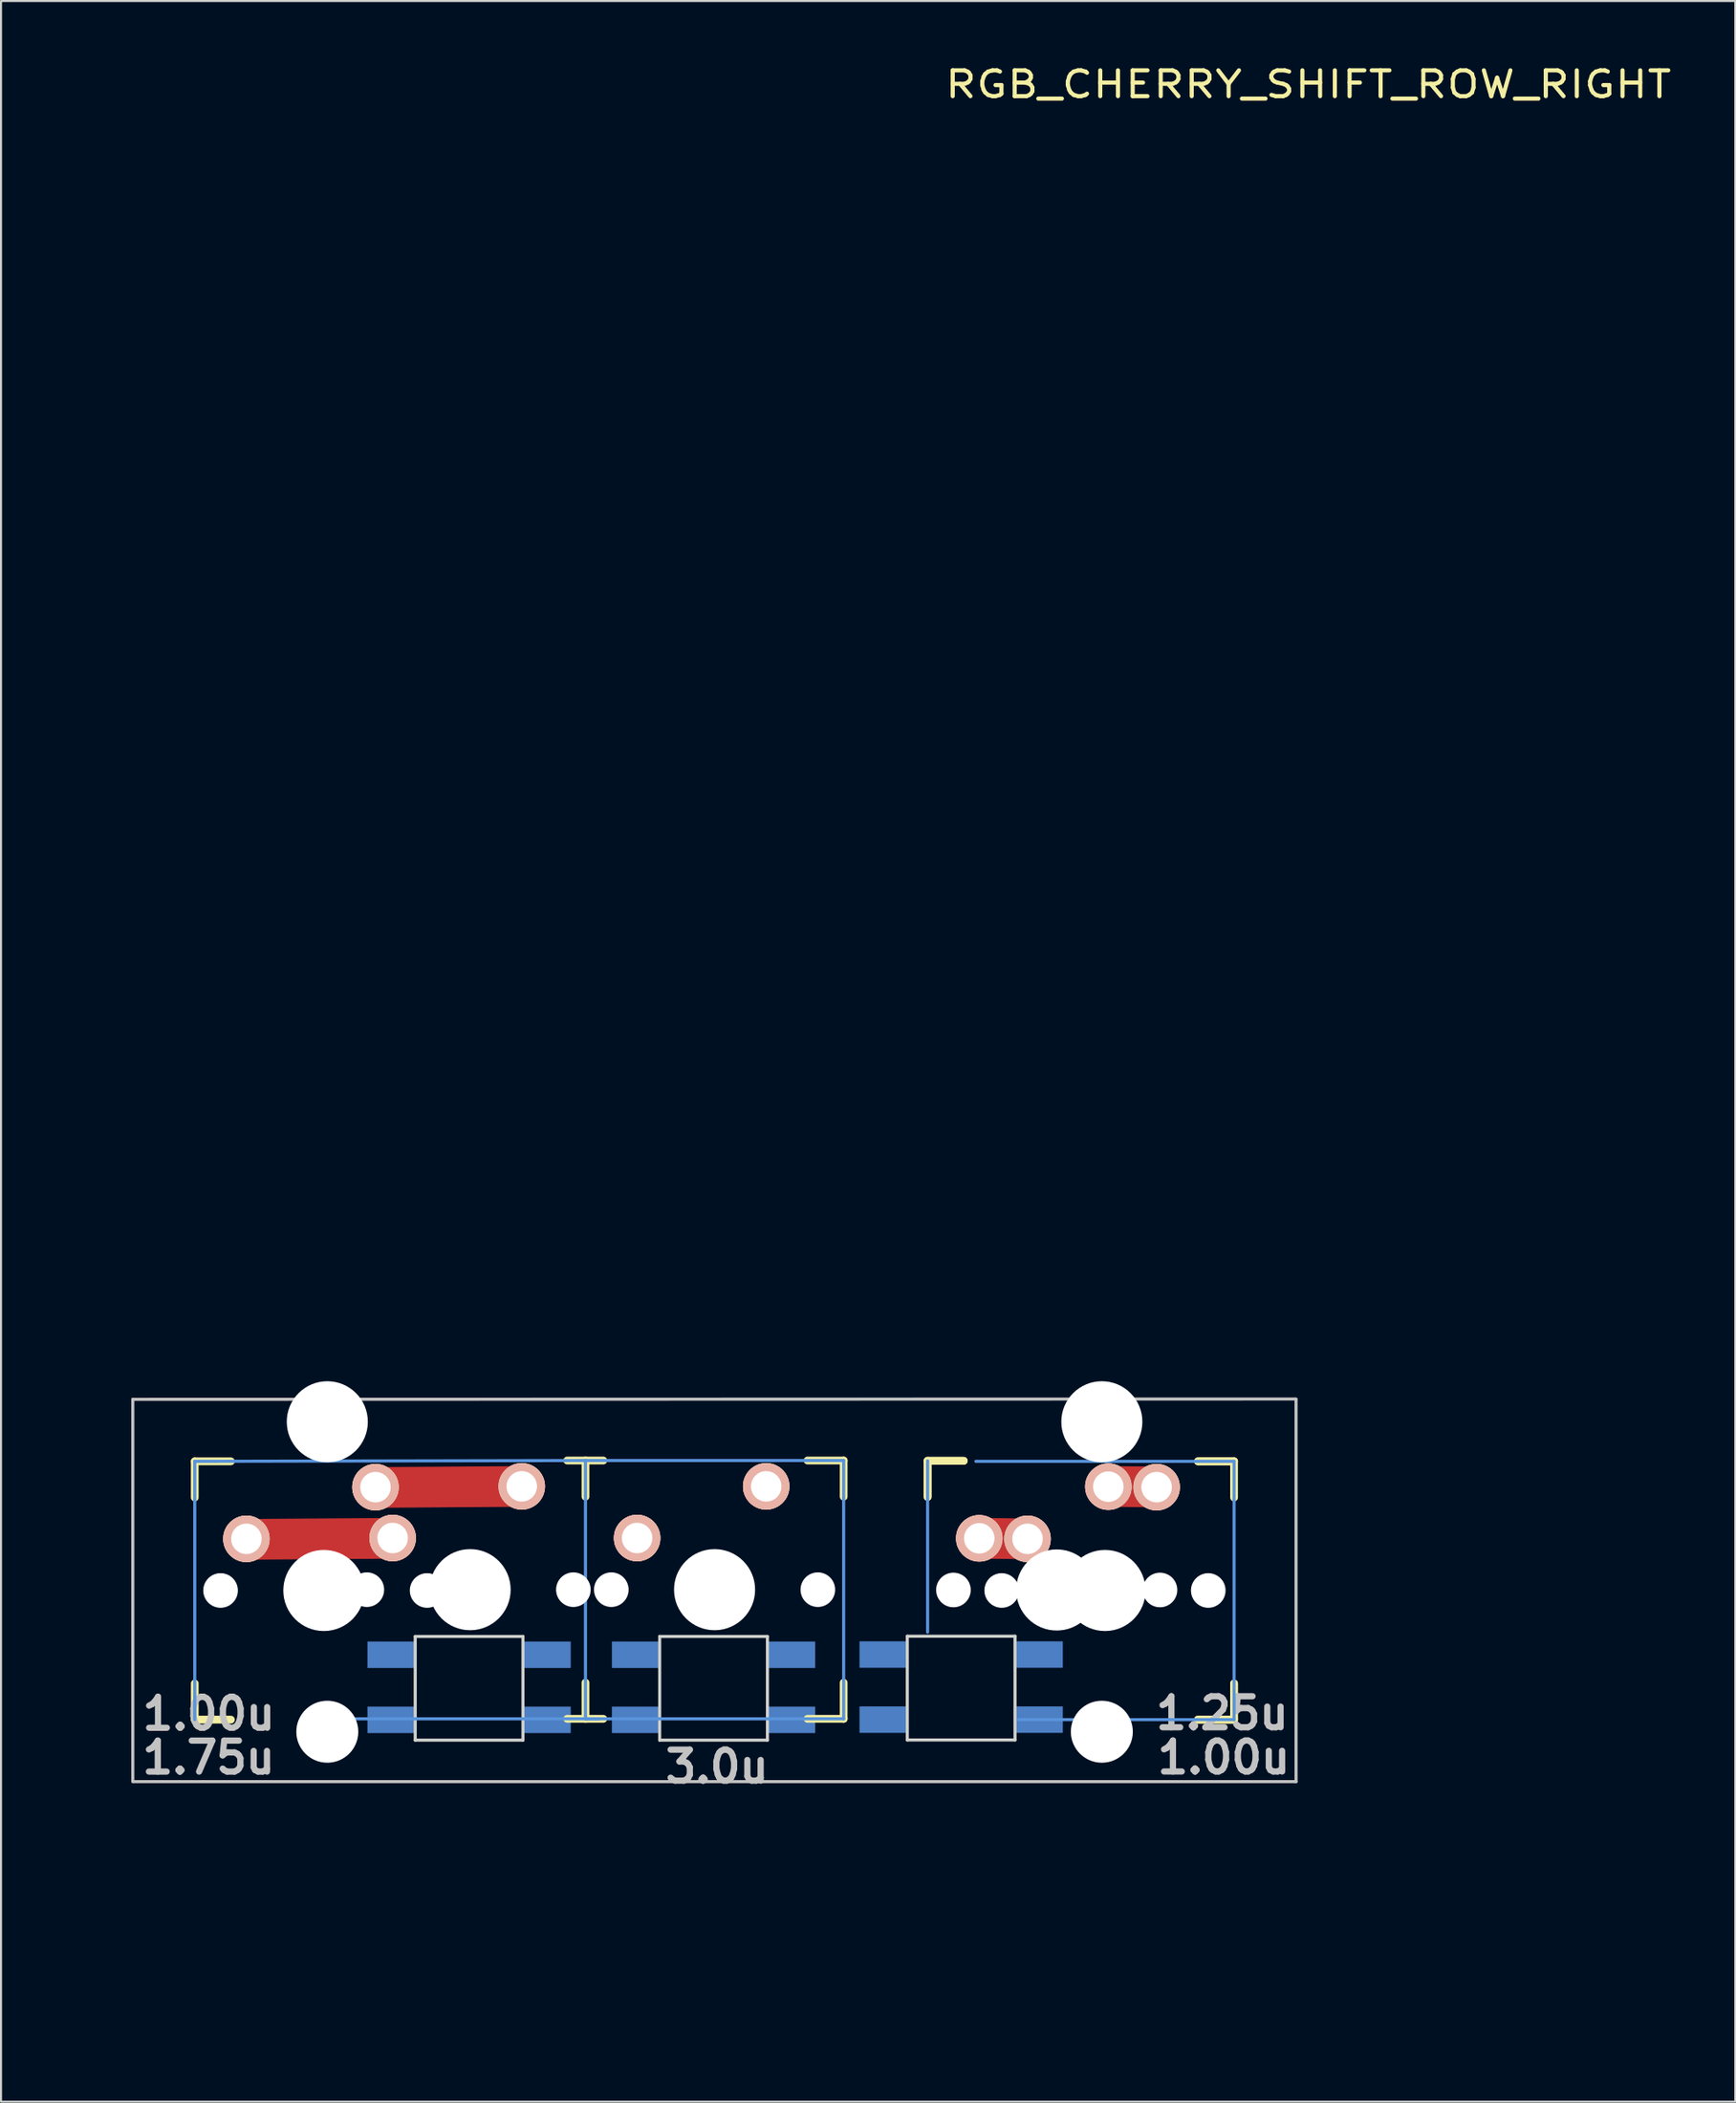
<source format=kicad_pcb>
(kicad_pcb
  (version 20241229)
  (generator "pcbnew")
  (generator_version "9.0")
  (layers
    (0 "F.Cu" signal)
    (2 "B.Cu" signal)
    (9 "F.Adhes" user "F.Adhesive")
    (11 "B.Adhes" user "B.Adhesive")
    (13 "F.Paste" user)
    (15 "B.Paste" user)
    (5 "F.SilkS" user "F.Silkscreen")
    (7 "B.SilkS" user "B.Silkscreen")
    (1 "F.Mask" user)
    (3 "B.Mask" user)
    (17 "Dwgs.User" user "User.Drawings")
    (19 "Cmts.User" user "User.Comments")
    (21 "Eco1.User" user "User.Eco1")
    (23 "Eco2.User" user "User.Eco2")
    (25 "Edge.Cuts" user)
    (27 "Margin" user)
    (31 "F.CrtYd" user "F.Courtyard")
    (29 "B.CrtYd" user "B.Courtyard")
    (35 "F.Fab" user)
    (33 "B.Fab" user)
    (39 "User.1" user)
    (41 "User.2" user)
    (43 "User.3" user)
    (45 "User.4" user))
  (footprint "RGB_CHERRY_SHIFT_ROW_RIGHT"
    (layer "F.Cu")
    (at 0.25 97.035)
    (property "Reference" "RGB_CHERRY_SHIFT_ROW_RIGHT" (at 61.055 -95.935 0) (layer "F.SilkS") (effects (font (size 1.27 1.524) (thickness 0.203))))
    (attr through_hole)
    (fp_line (start 8.825 -24.4) (end 16 -24.45) (stroke (width 2) (type solid)) (layer "F.Cu"))
    (fp_line (start 15.2 -26.95) (end 22.325 -27) (stroke (width 2) (type solid)) (layer "F.Cu"))
    (fp_line (start 44.875 -24.45) (end 47.275 -24.425) (stroke (width 2) (type solid)) (layer "F.Cu"))
    (fp_line (start 51.225 -27) (end 53.575 -26.975) (stroke (width 2) (type solid)) (layer "F.Cu"))
    (fp_line (start 6.28 -28.235) (end 8.058 -28.235) (stroke (width 0.381) (type solid)) (layer "F.SilkS"))
    (fp_line (start 6.28 -26.457) (end 6.28 -28.235) (stroke (width 0.381) (type solid)) (layer "F.SilkS"))
    (fp_line (start 6.28 -15.535) (end 6.28 -17.313) (stroke (width 0.381) (type solid)) (layer "F.SilkS"))
    (fp_line (start 8.058 -15.535) (end 6.28 -15.535) (stroke (width 0.381) (type solid)) (layer "F.SilkS"))
    (fp_line (start 24.6 -28.275) (end 26.378 -28.275) (stroke (width 0.381) (type solid)) (layer "F.SilkS"))
    (fp_line (start 25.5 -26.497) (end 25.5 -28.275) (stroke (width 0.381) (type solid)) (layer "F.SilkS"))
    (fp_line (start 25.5 -15.575) (end 25.5 -17.353) (stroke (width 0.381) (type solid)) (layer "F.SilkS"))
    (fp_line (start 26.378 -15.575) (end 24.6 -15.575) (stroke (width 0.381) (type solid)) (layer "F.SilkS"))
    (fp_line (start 36.422 -28.275) (end 38.2 -28.275) (stroke (width 0.381) (type solid)) (layer "F.SilkS"))
    (fp_line (start 38.2 -28.275) (end 38.2 -26.497) (stroke (width 0.381) (type solid)) (layer "F.SilkS"))
    (fp_line (start 38.2 -17.353) (end 38.2 -15.575) (stroke (width 0.381) (type solid)) (layer "F.SilkS"))
    (fp_line (start 38.2 -15.575) (end 36.422 -15.575) (stroke (width 0.381) (type solid)) (layer "F.SilkS"))
    (fp_line (start 42.33 -28.26) (end 44.108 -28.26) (stroke (width 0.381) (type solid)) (layer "F.SilkS"))
    (fp_line (start 42.33 -28.26) (end 44.108 -28.26) (stroke (width 0.381) (type solid)) (layer "F.SilkS"))
    (fp_line (start 42.33 -26.482) (end 42.33 -28.26) (stroke (width 0.381) (type solid)) (layer "F.SilkS"))
    (fp_line (start 42.33 -26.482) (end 42.33 -28.26) (stroke (width 0.381) (type solid)) (layer "F.SilkS"))
    (fp_line (start 55.627 -28.235) (end 57.405 -28.235) (stroke (width 0.381) (type solid)) (layer "F.SilkS"))
    (fp_line (start 55.627 -28.235) (end 57.405 -28.235) (stroke (width 0.381) (type solid)) (layer "F.SilkS"))
    (fp_line (start 57.405 -28.235) (end 57.405 -26.457) (stroke (width 0.381) (type solid)) (layer "F.SilkS"))
    (fp_line (start 57.405 -17.313) (end 57.405 -15.535) (stroke (width 0.381) (type solid)) (layer "F.SilkS"))
    (fp_line (start 57.405 -17.313) (end 57.405 -15.535) (stroke (width 0.381) (type solid)) (layer "F.SilkS"))
    (fp_line (start 57.405 -15.535) (end 55.627 -15.535) (stroke (width 0.381) (type solid)) (layer "F.SilkS"))
    (fp_line (start 57.405 -15.535) (end 55.627 -15.535) (stroke (width 0.381) (type solid)) (layer "F.SilkS"))
    (fp_line (start 3.232 -31.283) (end 60.45 -31.3) (stroke (width 0.152) (type solid)) (layer "Dwgs.User"))
    (fp_line (start 3.232 -12.487) (end 3.232 -31.283) (stroke (width 0.152) (type solid)) (layer "Dwgs.User"))
    (fp_line (start 60.453 -31.283) (end 60.453 -12.487) (stroke (width 0.152) (type solid)) (layer "Dwgs.User"))
    (fp_line (start 60.453 -12.487) (end 3.28 -12.487) (stroke (width 0.152) (type solid)) (layer "Dwgs.User"))
    (fp_line (start 6.28 -28.235) (end 25.5 -28.275) (stroke (width 0.152) (type solid)) (layer "Cmts.User"))
    (fp_line (start 6.28 -15.535) (end 6.28 -28.235) (stroke (width 0.152) (type solid)) (layer "Cmts.User"))
    (fp_line (start 25.5 -28.275) (end 38.2 -28.275) (stroke (width 0.152) (type solid)) (layer "Cmts.User"))
    (fp_line (start 25.5 -15.575) (end 25.5 -28.275) (stroke (width 0.152) (type solid)) (layer "Cmts.User"))
    (fp_line (start 26.175 -15.575) (end 13.475 -15.575) (stroke (width 0.152) (type solid)) (layer "Cmts.User"))
    (fp_line (start 38.2 -28.275) (end 38.2 -15.575) (stroke (width 0.152) (type solid)) (layer "Cmts.User"))
    (fp_line (start 38.2 -15.575) (end 25.5 -15.575) (stroke (width 0.152) (type solid)) (layer "Cmts.User"))
    (fp_line (start 42.33 -19.837) (end 42.33 -28.26) (stroke (width 0.152) (type solid)) (layer "Cmts.User"))
    (fp_line (start 44.705 -28.235) (end 57.405 -28.235) (stroke (width 0.152) (type solid)) (layer "Cmts.User"))
    (fp_line (start 57.405 -28.235) (end 57.405 -15.535) (stroke (width 0.152) (type solid)) (layer "Cmts.User"))
    (fp_line (start 57.405 -15.535) (end 46.773 -15.535) (stroke (width 0.152) (type solid)) (layer "Cmts.User"))
    (fp_line (start 5.645 -28.87) (end 58.025 -28.875) (stroke (width 0.152) (type solid)) (layer "Eco2.User"))
    (fp_line (start 5.645 -14.9) (end 5.645 -28.87) (stroke (width 0.152) (type solid)) (layer "Eco2.User"))
    (fp_line (start 8.421 -24.211) (end 9.285 -24.211) (stroke (width 0.152) (type solid)) (layer "Eco2.User"))
    (fp_line (start 8.421 -21.417) (end 8.421 -24.211) (stroke (width 0.152) (type solid)) (layer "Eco2.User"))
    (fp_line (start 9.285 -27.615) (end 15.939 -27.615) (stroke (width 0.152) (type solid)) (layer "Eco2.User"))
    (fp_line (start 9.285 -24.211) (end 9.285 -27.615) (stroke (width 0.152) (type solid)) (layer "Eco2.User"))
    (fp_line (start 9.285 -21.417) (end 8.421 -21.417) (stroke (width 0.152) (type solid)) (layer "Eco2.User"))
    (fp_line (start 15.939 -27.615) (end 15.939 -24.211) (stroke (width 0.152) (type solid)) (layer "Eco2.User"))
    (fp_line (start 15.95 -24.2) (end 24.865 -24.211) (stroke (width 0.152) (type solid)) (layer "Eco2.User"))
    (fp_line (start 24.865 -24.211) (end 24.865 -28.91) (stroke (width 0.152) (type solid)) (layer "Eco2.User"))
    (fp_line (start 38.835 -28.91) (end 38.835 -24.211) (stroke (width 0.152) (type solid)) (layer "Eco2.User"))
    (fp_line (start 38.835 -24.211) (end 47.75 -24.2) (stroke (width 0.152) (type solid)) (layer "Eco2.User"))
    (fp_line (start 47.761 -27.615) (end 54.415 -27.615) (stroke (width 0.152) (type solid)) (layer "Eco2.User"))
    (fp_line (start 47.761 -24.211) (end 47.761 -27.615) (stroke (width 0.152) (type solid)) (layer "Eco2.User"))
    (fp_line (start 54.415 -27.615) (end 54.415 -24.211) (stroke (width 0.152) (type solid)) (layer "Eco2.User"))
    (fp_line (start 54.415 -24.211) (end 55.279 -24.211) (stroke (width 0.152) (type solid)) (layer "Eco2.User"))
    (fp_line (start 55.279 -24.211) (end 55.279 -21.417) (stroke (width 0.152) (type solid)) (layer "Eco2.User"))
    (fp_line (start 55.279 -21.417) (end 54.415 -21.417) (stroke (width 0.152) (type solid)) (layer "Eco2.User"))
    (fp_line (start 58.04 -28.87) (end 58.04 -14.9) (stroke (width 0.152) (type solid)) (layer "Eco2.User"))
    (fp_line (start 58.04 -14.9) (end 5.65 -14.9) (stroke (width 0.152) (type solid)) (layer "Eco2.User"))
    (fp_line (start 17.125 -19.625) (end 17.125 -14.525) (stroke (width 0.15) (type solid)) (layer "Edge.Cuts"))
    (fp_line (start 17.125 -19.625) (end 22.425 -19.625) (stroke (width 0.15) (type solid)) (layer "Edge.Cuts"))
    (fp_line (start 22.425 -19.625) (end 22.425 -14.525) (stroke (width 0.15) (type solid)) (layer "Edge.Cuts"))
    (fp_line (start 22.425 -14.525) (end 17.125 -14.525) (stroke (width 0.15) (type solid)) (layer "Edge.Cuts"))
    (fp_line (start 29.15 -19.625) (end 29.15 -14.525) (stroke (width 0.15) (type solid)) (layer "Edge.Cuts"))
    (fp_line (start 29.15 -19.625) (end 34.45 -19.625) (stroke (width 0.15) (type solid)) (layer "Edge.Cuts"))
    (fp_line (start 34.45 -19.625) (end 34.45 -14.525) (stroke (width 0.15) (type solid)) (layer "Edge.Cuts"))
    (fp_line (start 34.45 -14.525) (end 29.15 -14.525) (stroke (width 0.15) (type solid)) (layer "Edge.Cuts"))
    (fp_line (start 41.33 -19.635) (end 41.33 -14.535) (stroke (width 0.15) (type solid)) (layer "Edge.Cuts"))
    (fp_line (start 41.33 -19.635) (end 46.63 -19.635) (stroke (width 0.15) (type solid)) (layer "Edge.Cuts"))
    (fp_line (start 46.63 -19.635) (end 46.63 -14.535) (stroke (width 0.15) (type solid)) (layer "Edge.Cuts"))
    (fp_line (start 46.63 -14.535) (end 41.33 -14.535) (stroke (width 0.15) (type solid)) (layer "Edge.Cuts"))
    (fp_text user "1.00u" (at 6.975 -15.825 0) (layer "Dwgs.User") (effects (font (size 1.524 1.524) (thickness 0.305))))
    (fp_text user "1.25u" (at 56.825 -15.85 0) (layer "Dwgs.User") (effects (font (size 1.524 1.524) (thickness 0.305))))
    (fp_text user "3.0u" (at 31.975 -13.225 0) (layer "Dwgs.User") (effects (font (size 1.524 1.524) (thickness 0.305))))
    (fp_text user "1.00u" (at 56.9 -13.675 0) (layer "Dwgs.User") (effects (font (size 1.524 1.524) (thickness 0.305))))
    (fp_text user "1.75u" (at 6.965 -13.67 0) (layer "Dwgs.User") (effects (font (size 1.524 1.524) (thickness 0.305))))
    (pad "" np_thru_hole circle (at 7.55 -21.885) (size 1.702 1.702) (drill 1.702) (layers "*.Cu"))
    (pad "" np_thru_hole circle (at 12.63 -21.885) (size 3.988 3.988) (drill 3.988) (layers "*.Cu"))
    (pad "" np_thru_hole circle (at 12.8 -30.18) (size 3.988 3.988) (drill 3.988) (layers "*.Cu"))
    (pad "" np_thru_hole circle (at 12.8 -14.94) (size 3.048 3.048) (drill 3.048) (layers "*.Cu"))
    (pad "" np_thru_hole circle (at 14.745 -21.925) (size 1.702 1.702) (drill 1.702) (layers "*.Cu"))
    (pad "" np_thru_hole circle (at 17.71 -21.885) (size 1.702 1.702) (drill 1.702) (layers "*.Cu"))
    (pad "" np_thru_hole circle (at 19.825 -21.925) (size 3.988 3.988) (drill 3.988) (layers "*.Cu"))
    (pad "" np_thru_hole circle (at 24.905 -21.925) (size 1.702 1.702) (drill 1.702) (layers "*.Cu"))
    (pad "" np_thru_hole circle (at 26.77 -21.925) (size 1.702 1.702) (drill 1.702) (layers "*.Cu"))
    (pad "" np_thru_hole circle (at 31.85 -21.925) (size 3.988 3.988) (drill 3.988) (layers "*.Cu"))
    (pad "" np_thru_hole circle (at 36.93 -21.925) (size 1.702 1.702) (drill 1.702) (layers "*.Cu"))
    (pad "" np_thru_hole circle (at 43.6 -21.91) (size 1.702 1.702) (drill 1.702) (layers "*.Cu"))
    (pad "" np_thru_hole circle (at 45.975 -21.885) (size 1.702 1.702) (drill 1.702) (layers "*.Cu"))
    (pad "" np_thru_hole circle (at 48.68 -21.91) (size 3.988 3.988) (drill 3.988) (layers "*.Cu"))
    (pad "" np_thru_hole circle (at 50.9 -30.18) (size 3.988 3.988) (drill 3.988) (layers "*.Cu"))
    (pad "" np_thru_hole circle (at 50.9 -14.94) (size 3.048 3.048) (drill 3.048) (layers "*.Cu"))
    (pad "" np_thru_hole circle (at 51.055 -21.885) (size 3.988 3.988) (drill 3.988) (layers "*.Cu"))
    (pad "" np_thru_hole circle (at 53.76 -21.91) (size 1.702 1.702) (drill 1.702) (layers "*.Cu"))
    (pad "" np_thru_hole circle (at 56.135 -21.885) (size 1.702 1.702) (drill 1.702) (layers "*.Cu"))
    (pad "1" thru_hole circle (at 15.17 -26.965) (size 2.286 2.286) (drill 1.499) (layers "*.Cu" "*.SilkS" "*.Mask"))
    (pad "1" thru_hole circle (at 22.365 -27.005) (size 2.286 2.286) (drill 1.499) (layers "*.Cu" "*.SilkS" "*.Mask"))
    (pad "2" thru_hole circle (at 8.82 -24.425) (size 2.286 2.286) (drill 1.499) (layers "*.Cu" "*.SilkS" "*.Mask"))
    (pad "2" thru_hole circle (at 16.015 -24.465) (size 2.286 2.286) (drill 1.499) (layers "*.Cu" "*.SilkS" "*.Mask"))
    (pad "3" smd rect (at 17.025 -18.725) (size 2.3 1.3) (drill (offset -1.1 0)) (layers "B.Cu" "B.Mask" "B.Paste"))
    (pad "4" smd rect (at 17.025 -15.525) (size 2.3 1.3) (drill (offset -1.1 0)) (layers "B.Cu" "B.Mask" "B.Paste"))
    (pad "5" smd rect (at 22.525 -15.525) (size 2.3 1.3) (drill (offset 1.1 0)) (layers "B.Cu" "B.Mask" "B.Paste"))
    (pad "6" smd rect (at 22.525 -18.725) (size 2.3 1.3) (drill (offset 1.1 0)) (layers "B.Cu" "B.Mask" "B.Paste"))
    (pad "7" thru_hole circle (at 34.39 -27.005) (size 2.286 2.286) (drill 1.499) (layers "*.Cu" "*.SilkS" "*.Mask"))
    (pad "8" thru_hole circle (at 28.04 -24.465) (size 2.286 2.286) (drill 1.499) (layers "*.Cu" "*.SilkS" "*.Mask"))
    (pad "9" smd rect (at 29.05 -18.725) (size 2.3 1.3) (drill (offset -1.1 0)) (layers "B.Cu" "B.Mask" "B.Paste"))
    (pad "10" smd rect (at 29.05 -15.525) (size 2.3 1.3) (drill (offset -1.1 0)) (layers "B.Cu" "B.Mask" "B.Paste"))
    (pad "11" smd rect (at 34.55 -15.525) (size 2.3 1.3) (drill (offset 1.1 0)) (layers "B.Cu" "B.Mask" "B.Paste"))
    (pad "12" smd rect (at 34.55 -18.725) (size 2.3 1.3) (drill (offset 1.1 0)) (layers "B.Cu" "B.Mask" "B.Paste"))
    (pad "13" thru_hole circle (at 51.22 -26.99) (size 2.286 2.286) (drill 1.499) (layers "*.Cu" "*.SilkS" "*.Mask"))
    (pad "13" thru_hole circle (at 53.595 -26.965) (size 2.286 2.286) (drill 1.499) (layers "*.Cu" "*.SilkS" "*.Mask"))
    (pad "14" thru_hole circle (at 44.87 -24.45) (size 2.286 2.286) (drill 1.499) (layers "*.Cu" "*.SilkS" "*.Mask"))
    (pad "14" thru_hole circle (at 47.245 -24.425) (size 2.286 2.286) (drill 1.499) (layers "*.Cu" "*.SilkS" "*.Mask"))
    (pad "15" smd rect (at 41.23 -18.735) (size 2.3 1.3) (drill (offset -1.1 0)) (layers "B.Cu" "B.Mask" "B.Paste"))
    (pad "16" smd rect (at 41.23 -15.535) (size 2.3 1.3) (drill (offset -1.1 0)) (layers "B.Cu" "B.Mask" "B.Paste"))
    (pad "17" smd rect (at 46.73 -15.535) (size 2.3 1.3) (drill (offset 1.1 0)) (layers "B.Cu" "B.Mask" "B.Paste"))
    (pad "18" smd rect (at 46.73 -18.735) (size 2.3 1.3) (drill (offset 1.1 0)) (layers "B.Cu" "B.Mask" "B.Paste")))
  (gr_rect
    (start -3 -3)
    (end 82.31 100.285)
    (stroke (width 0.1) (type default))
    (fill no)
    (layer "Edge.Cuts")))
</source>
